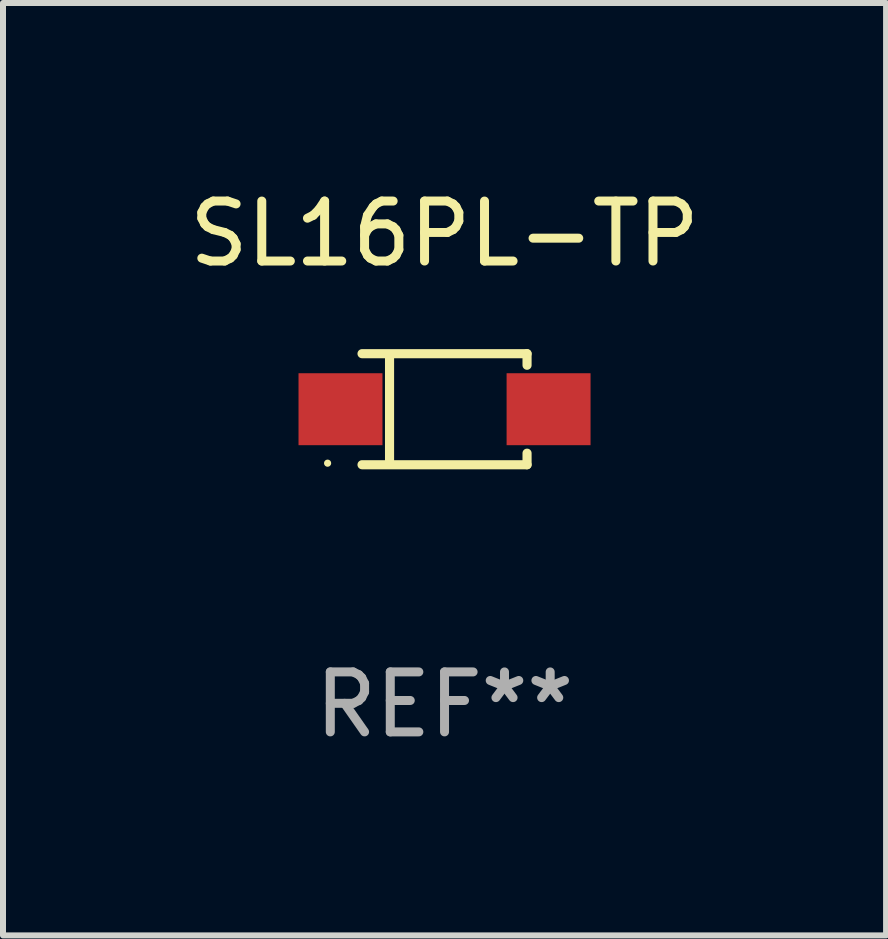
<source format=kicad_pcb>
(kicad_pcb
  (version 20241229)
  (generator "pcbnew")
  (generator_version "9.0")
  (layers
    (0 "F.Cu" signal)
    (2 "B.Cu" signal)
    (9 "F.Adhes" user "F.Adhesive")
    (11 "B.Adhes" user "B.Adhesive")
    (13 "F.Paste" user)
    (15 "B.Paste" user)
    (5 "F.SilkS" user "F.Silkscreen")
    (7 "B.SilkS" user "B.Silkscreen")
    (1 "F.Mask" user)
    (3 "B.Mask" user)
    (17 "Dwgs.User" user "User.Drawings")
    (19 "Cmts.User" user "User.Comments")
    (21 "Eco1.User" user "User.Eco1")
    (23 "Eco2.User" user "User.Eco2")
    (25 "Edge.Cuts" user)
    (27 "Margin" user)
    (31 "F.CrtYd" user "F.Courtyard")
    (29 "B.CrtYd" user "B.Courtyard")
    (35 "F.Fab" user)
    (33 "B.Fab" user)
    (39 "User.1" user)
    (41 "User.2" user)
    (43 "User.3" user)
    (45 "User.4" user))
  (footprint "SL16PL-TP"
    (layer "F.Cu")
    (at 4.363 3.774)
    (property "Reference" "SL16PL-TP" (at 0 -2.926 0) (layer "F.SilkS") (effects (font (size 1 1) (thickness 0.15))))
    (attr through_hole)
    (fp_line (start -1.376 -0.926) (end 1.376 -0.926) (stroke (width 0.152) (type solid)) (layer "F.SilkS"))
    (fp_line (start -1.376 0.926) (end 1.376 0.926) (stroke (width 0.152) (type solid)) (layer "F.SilkS"))
    (fp_line (start -0.917 -0.876) (end -0.917 0.876) (stroke (width 0.152) (type solid)) (layer "F.SilkS"))
    (fp_line (start 1.376 -0.926) (end 1.376 -0.733) (stroke (width 0.152) (type solid)) (layer "F.SilkS"))
    (fp_line (start 1.376 0.926) (end 1.376 0.733) (stroke (width 0.152) (type solid)) (layer "F.SilkS"))
    (fp_circle (center -1.95 0.9) (end -1.92 0.9) (stroke (width 0.06) (type solid)) (fill no) (layer "F.SilkS"))
    (fp_text user "REF**" (at 0 4.926 0) (layer "F.Fab") (effects (font (size 1 1) (thickness 0.15))))
    (pad "1" smd rect (at -1.735 0) (size 1.4 1.2) (layers "F.Cu" "F.Mask" "F.Paste"))
    (pad "2" smd rect (at 1.735 0) (size 1.4 1.2) (layers "F.Cu" "F.Mask" "F.Paste")))
  (gr_rect
    (start -3 -3)
    (end 11.726 12.549)
    (stroke (width 0.1) (type default))
    (fill no)
    (layer "Edge.Cuts")))
</source>
